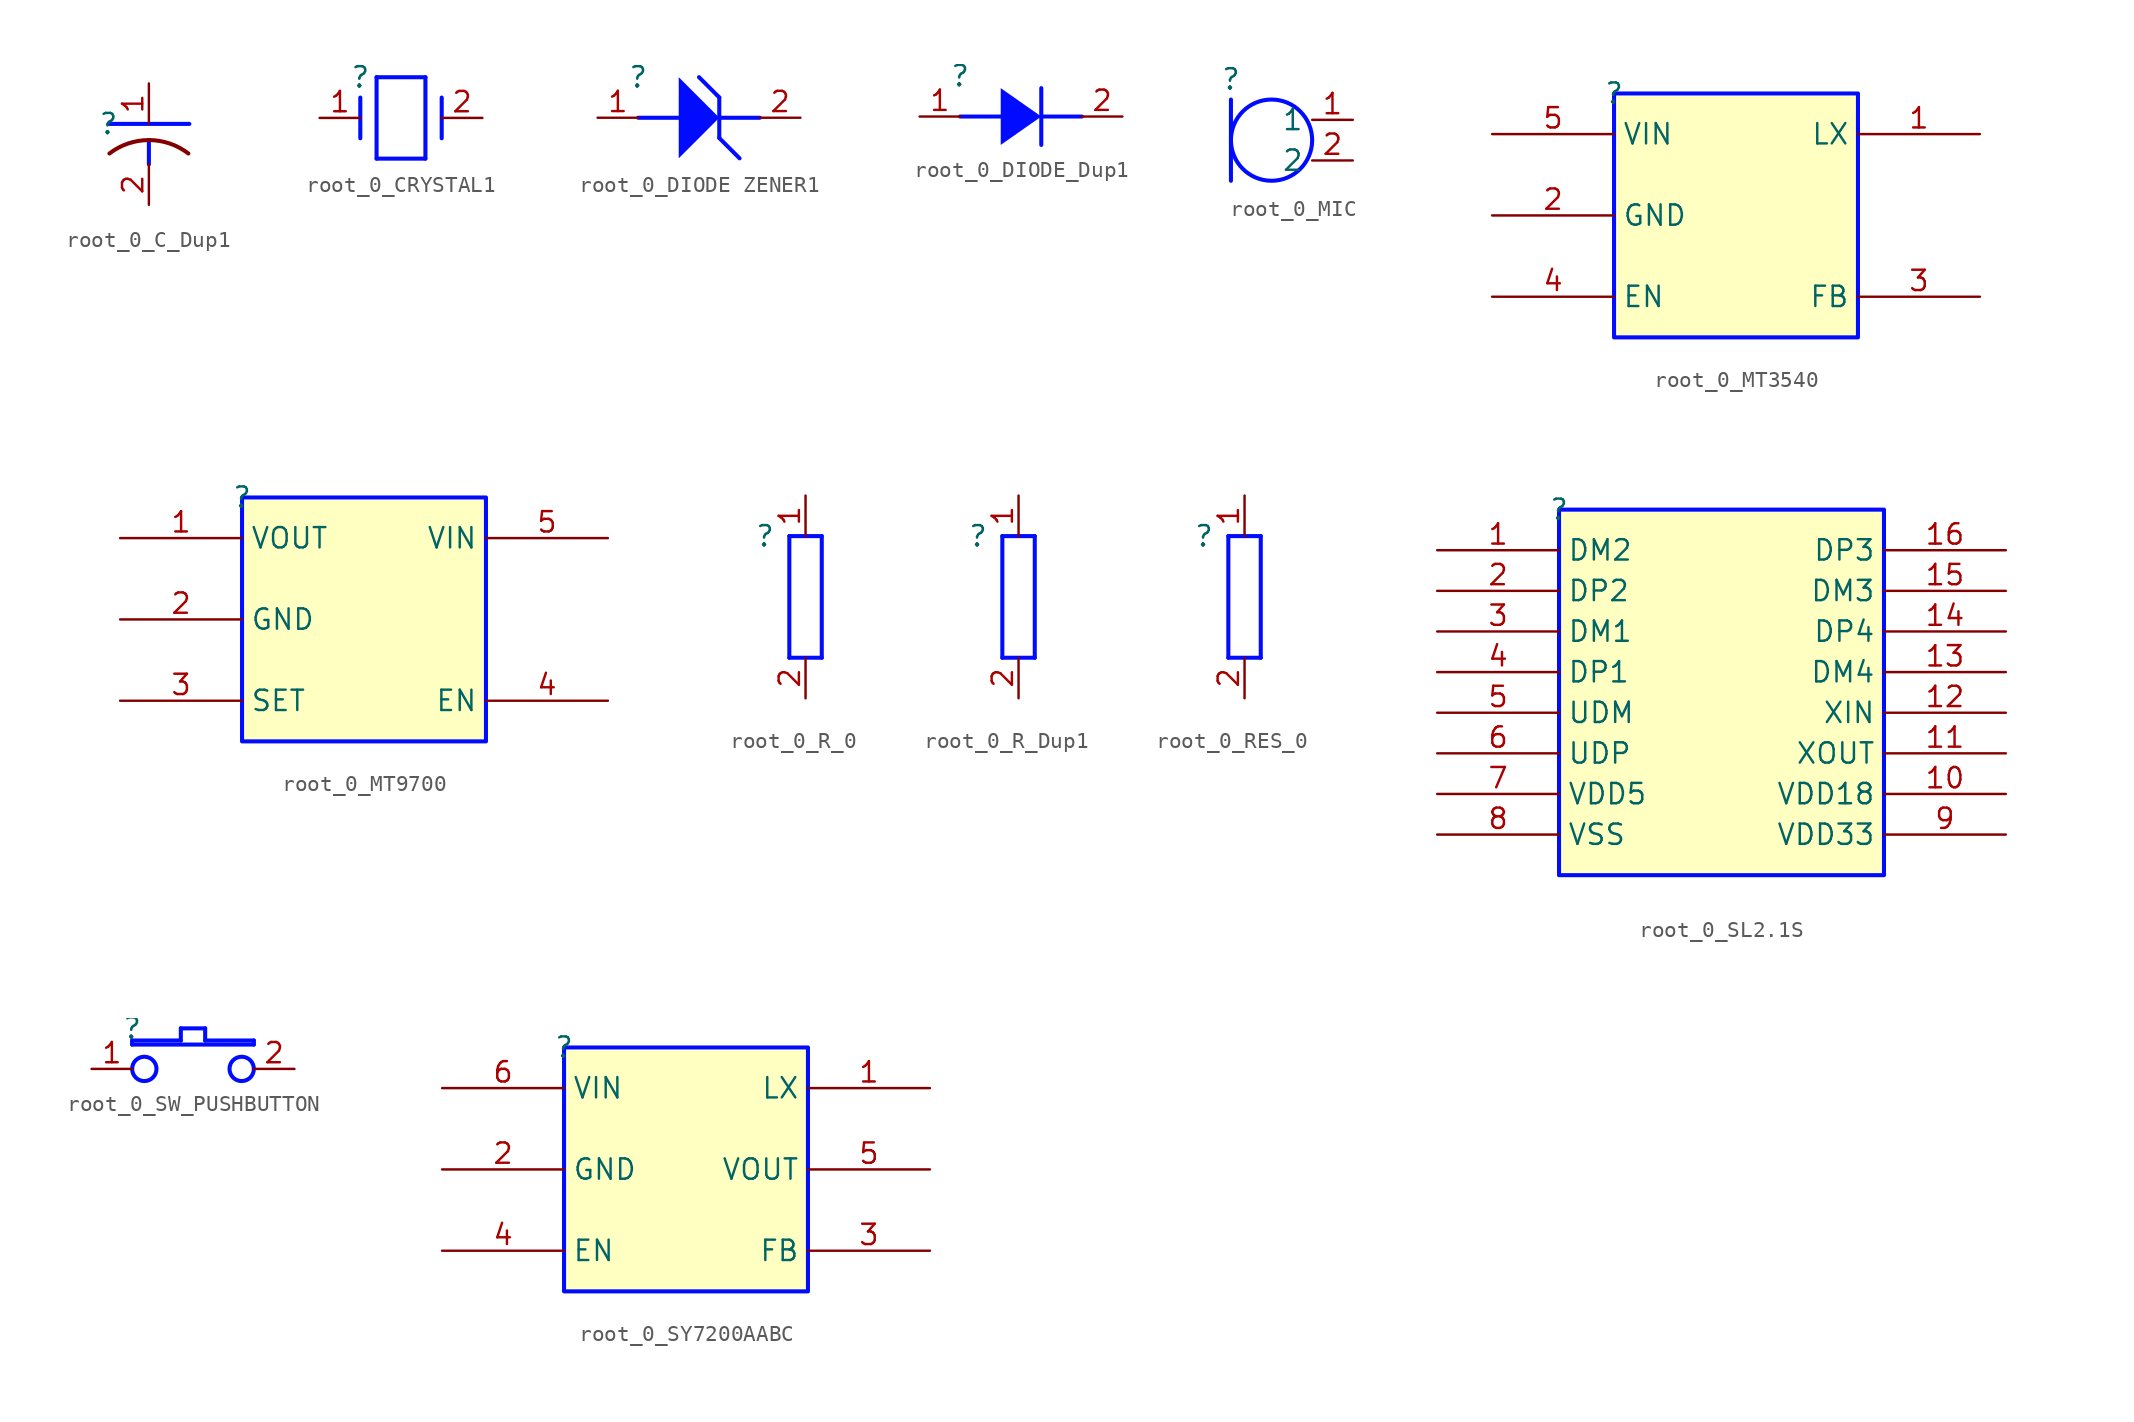
<source format=kicad_sym>
(kicad_symbol_lib
  (version 20231120)
  (generator "kicad_symbol_editor")
  (generator_version "8.0")
  (symbol "root_0_C_Dup1"
    (property "Reference" ""
      (at 0 0 0)
      (effects (font (size 1.27 1.27))))
    (property "Value" ""
      (at 0 0 0)
      (effects (font (size 1.27 1.27))))
    (symbol "root_0_C_Dup1_1_0"
      (polyline (pts (xy 0 0) (xy 5.08 0)) (stroke (width 0.254) (type solid) (color 0 11 255 1)) (fill (type none)))
      (polyline (pts (xy 2.54 -1.016) (xy 2.54 -2.54)) (stroke (width 0.254) (type solid) (color 0 11 255 1)) (fill (type none)))
      (arc (start 2.54 -1.016) (mid 1.2313 -1.2325) (end 0.0621 -1.8588) (stroke (width 0.254) (type solid)) (fill (type none)))
      (arc (start 5.0179 -1.8588) (mid 3.8487 -1.2325) (end 2.54 -1.016) (stroke (width 0.254) (type solid)) (fill (type none)))
      (pin passive line (at 2.54 2.54 270) (length 2.54) (name "1" (effects (font (size 0 0)))) (number "1" (effects (font (size 1.27 1.27)))))
      (pin passive line (at 2.54 -5.08 90) (length 2.54) (name "2" (effects (font (size 0 0)))) (number "2" (effects (font (size 1.27 1.27)))))))
  (symbol "root_0_CRYSTAL1"
    (property "Reference" ""
      (at 0 0 0)
      (effects (font (size 1.27 1.27))))
    (property "Value" ""
      (at 0 0 0)
      (effects (font (size 1.27 1.27))))
    (symbol "root_0_CRYSTAL1_1_0"
      (polyline (pts (xy 0 -1.27) (xy 0 -3.81)) (stroke (width 0.254) (type solid) (color 0 11 255 1)) (fill (type none)))
      (polyline (pts (xy 1.016 -5.08) (xy 4.064 -5.08)) (stroke (width 0.254) (type solid) (color 0 11 255 1)) (fill (type none)))
      (polyline (pts (xy 1.016 0) (xy 1.016 -5.08)) (stroke (width 0.254) (type solid) (color 0 11 255 1)) (fill (type none)))
      (polyline (pts (xy 4.064 -5.08) (xy 4.064 0)) (stroke (width 0.254) (type solid) (color 0 11 255 1)) (fill (type none)))
      (polyline (pts (xy 4.064 0) (xy 1.016 0)) (stroke (width 0.254) (type solid) (color 0 11 255 1)) (fill (type none)))
      (polyline (pts (xy 5.08 -1.27) (xy 5.08 -3.81)) (stroke (width 0.254) (type solid) (color 0 11 255 1)) (fill (type none)))
      (pin passive line (at -2.54 -2.54 0) (length 2.54) (name "1" (effects (font (size 0 0)))) (number "1" (effects (font (size 1.27 1.27)))))
      (pin passive line (at 7.62 -2.54 180) (length 2.54) (name "2" (effects (font (size 0 0)))) (number "2" (effects (font (size 1.27 1.27)))))))
  (symbol "root_0_DIODE ZENER1"
    (property "Reference" ""
      (at 0 0 0)
      (effects (font (size 1.27 1.27))))
    (property "Value" ""
      (at 0 0 0)
      (effects (font (size 1.27 1.27))))
    (symbol "root_0_DIODE ZENER1_1_0"
      (polyline (pts (xy 0 -2.54) (xy 2.54 -2.54)) (stroke (width 0.254) (type solid) (color 0 11 255 1)) (fill (type none)))
      (polyline (pts (xy 3.81 0) (xy 5.08 -1.27)) (stroke (width 0.254) (type solid) (color 0 11 255 1)) (fill (type none)))
      (polyline (pts (xy 5.08 -3.81) (xy 6.35 -5.08)) (stroke (width 0.254) (type solid) (color 0 11 255 1)) (fill (type none)))
      (polyline (pts (xy 5.08 -2.54) (xy 7.62 -2.54)) (stroke (width 0.254) (type solid) (color 0 11 255 1)) (fill (type none)))
      (polyline (pts (xy 5.08 -1.27) (xy 5.08 -3.81)) (stroke (width 0.254) (type solid) (color 0 11 255 1)) (fill (type none)))
      (polyline (pts (xy 2.54 0) (xy 2.54 -5.08) (xy 5.08 -2.54) (xy 2.54 0) (xy 2.54 0)) (stroke (width -0.0001) (type solid) (color 0 11 255 1)) (fill (type outline)))
      (pin passive line (at -2.54 -2.54 0) (length 2.54) (name "ANODE" (effects (font (size 0 0)))) (number "1" (effects (font (size 1.27 1.27)))))
      (pin passive line (at 10.16 -2.54 180) (length 2.54) (name "CATHODE" (effects (font (size 0 0)))) (number "2" (effects (font (size 1.27 1.27)))))))
  (symbol "root_0_DIODE_Dup1"
    (property "Reference" ""
      (at 0 0 0)
      (effects (font (size 1.27 1.27))))
    (property "Value" ""
      (at 0 0 0)
      (effects (font (size 1.27 1.27))))
    (symbol "root_0_DIODE_Dup1_1_0"
      (polyline (pts (xy 0 -2.54) (xy 2.54 -2.54)) (stroke (width 0.254) (type solid) (color 0 11 255 1)) (fill (type none)))
      (polyline (pts (xy 5.08 -2.54) (xy 7.62 -2.54)) (stroke (width 0.254) (type solid) (color 0 11 255 1)) (fill (type none)))
      (polyline (pts (xy 5.08 -0.762) (xy 5.08 -4.318)) (stroke (width 0.254) (type solid) (color 0 11 255 1)) (fill (type none)))
      (polyline (pts (xy 5.08 -2.54) (xy 5.08 -2.54) (xy 2.54 -4.318) (xy 2.54 -0.762) (xy 5.08 -2.54) (xy 5.08 -2.54)) (stroke (width -0.0001) (type solid) (color 0 11 255 1)) (fill (type outline)))
      (pin passive line (at -2.54 -2.54 0) (length 2.54) (name "A" (effects (font (size 0 0)))) (number "1" (effects (font (size 1.27 1.27)))))
      (pin passive line (at 10.16 -2.54 180) (length 2.54) (name "K" (effects (font (size 0 0)))) (number "2" (effects (font (size 1.27 1.27)))))))
  (symbol "root_0_MIC"
    (property "Reference" ""
      (at 0 0 0)
      (effects (font (size 1.27 1.27))))
    (property "Value" ""
      (at 0 0 0)
      (effects (font (size 1.27 1.27))))
    (symbol "root_0_MIC_1_0"
      (polyline (pts (xy 0 -1.27) (xy 0 -6.35)) (stroke (width 0.254) (type solid) (color 0 11 255 1)) (fill (type none)))
      (circle (center 2.54 -3.81) (radius 2.54) (stroke (width 0.254) (type solid) (color 0 11 255 1)) (fill (type none)))
      (pin passive line (at 7.62 -2.54 180) (length 2.54) (name "1" (effects (font (size 1.27 1.27)))) (number "1" (effects (font (size 1.27 1.27)))))
      (pin passive line (at 7.62 -5.08 180) (length 2.54) (name "2" (effects (font (size 1.27 1.27)))) (number "2" (effects (font (size 1.27 1.27)))))))
  (symbol "root_0_MT3540"
    (property "Reference" ""
      (at 0 0 0)
      (effects (font (size 1.27 1.27))))
    (property "Value" ""
      (at 0 0 0)
      (effects (font (size 1.27 1.27))))
    (symbol "root_0_MT3540_1_0"
      (rectangle (start 15.24 0) (end 0 -15.24) (stroke (width 0.254) (type solid) (color 0 11 255 1)) (fill (type background)))
      (pin passive line (at 22.86 -2.54 180) (length 7.62) (name "LX" (effects (font (size 1.27 1.27)))) (number "1" (effects (font (size 1.27 1.27)))))
      (pin passive line (at -7.62 -7.62 0) (length 7.62) (name "GND" (effects (font (size 1.27 1.27)))) (number "2" (effects (font (size 1.27 1.27)))))
      (pin passive line (at 22.86 -12.7 180) (length 7.62) (name "FB" (effects (font (size 1.27 1.27)))) (number "3" (effects (font (size 1.27 1.27)))))
      (pin passive line (at -7.62 -12.7 0) (length 7.62) (name "EN" (effects (font (size 1.27 1.27)))) (number "4" (effects (font (size 1.27 1.27)))))
      (pin passive line (at -7.62 -2.54 0) (length 7.62) (name "VIN" (effects (font (size 1.27 1.27)))) (number "5" (effects (font (size 1.27 1.27)))))))
  (symbol "root_0_MT9700"
    (property "Reference" ""
      (at 0 0 0)
      (effects (font (size 1.27 1.27))))
    (property "Value" ""
      (at 0 0 0)
      (effects (font (size 1.27 1.27))))
    (symbol "root_0_MT9700_1_0"
      (rectangle (start 15.24 0) (end 0 -15.24) (stroke (width 0.254) (type solid) (color 0 11 255 1)) (fill (type background)))
      (pin passive line (at -7.62 -2.54 0) (length 7.62) (name "VOUT" (effects (font (size 1.27 1.27)))) (number "1" (effects (font (size 1.27 1.27)))))
      (pin passive line (at -7.62 -7.62 0) (length 7.62) (name "GND" (effects (font (size 1.27 1.27)))) (number "2" (effects (font (size 1.27 1.27)))))
      (pin passive line (at -7.62 -12.7 0) (length 7.62) (name "SET" (effects (font (size 1.27 1.27)))) (number "3" (effects (font (size 1.27 1.27)))))
      (pin passive line (at 22.86 -12.7 180) (length 7.62) (name "EN" (effects (font (size 1.27 1.27)))) (number "4" (effects (font (size 1.27 1.27)))))
      (pin passive line (at 22.86 -2.54 180) (length 7.62) (name "VIN" (effects (font (size 1.27 1.27)))) (number "5" (effects (font (size 1.27 1.27)))))))
  (symbol "root_0_R_0"
    (property "Reference" ""
      (at 0 0 0)
      (effects (font (size 1.27 1.27))))
    (property "Value" ""
      (at 0 0 0)
      (effects (font (size 1.27 1.27))))
    (symbol "root_0_R_0_1_0"
      (polyline (pts (xy 1.524 -7.62) (xy 1.524 0)) (stroke (width 0.254) (type solid) (color 0 11 255 1)) (fill (type none)))
      (polyline (pts (xy 1.524 0) (xy 2.54 0)) (stroke (width 0.254) (type solid) (color 0 11 255 1)) (fill (type none)))
      (polyline (pts (xy 2.54 0) (xy 3.556 0)) (stroke (width 0.254) (type solid) (color 0 11 255 1)) (fill (type none)))
      (polyline (pts (xy 3.556 -7.62) (xy 1.524 -7.62)) (stroke (width 0.254) (type solid) (color 0 11 255 1)) (fill (type none)))
      (polyline (pts (xy 3.556 0) (xy 3.556 -7.62)) (stroke (width 0.254) (type solid) (color 0 11 255 1)) (fill (type none)))
      (pin passive line (at 2.54 2.54 270) (length 2.54) (name "1" (effects (font (size 0 0)))) (number "1" (effects (font (size 1.27 1.27)))))
      (pin passive line (at 2.54 -10.16 90) (length 2.54) (name "2" (effects (font (size 0 0)))) (number "2" (effects (font (size 1.27 1.27)))))))
  (symbol "root_0_R_Dup1"
    (property "Reference" ""
      (at 0 0 0)
      (effects (font (size 1.27 1.27))))
    (property "Value" ""
      (at 0 0 0)
      (effects (font (size 1.27 1.27))))
    (symbol "root_0_R_Dup1_1_0"
      (polyline (pts (xy 1.524 -7.62) (xy 1.524 0)) (stroke (width 0.254) (type solid) (color 0 11 255 1)) (fill (type none)))
      (polyline (pts (xy 1.524 0) (xy 2.54 0)) (stroke (width 0.254) (type solid) (color 0 11 255 1)) (fill (type none)))
      (polyline (pts (xy 2.54 0) (xy 3.556 0)) (stroke (width 0.254) (type solid) (color 0 11 255 1)) (fill (type none)))
      (polyline (pts (xy 3.556 -7.62) (xy 1.524 -7.62)) (stroke (width 0.254) (type solid) (color 0 11 255 1)) (fill (type none)))
      (polyline (pts (xy 3.556 0) (xy 3.556 -7.62)) (stroke (width 0.254) (type solid) (color 0 11 255 1)) (fill (type none)))
      (pin passive line (at 2.54 2.54 270) (length 2.54) (name "1" (effects (font (size 0 0)))) (number "1" (effects (font (size 1.27 1.27)))))
      (pin passive line (at 2.54 -10.16 90) (length 2.54) (name "2" (effects (font (size 0 0)))) (number "2" (effects (font (size 1.27 1.27)))))))
  (symbol "root_0_RES_0"
    (property "Reference" ""
      (at 0 0 0)
      (effects (font (size 1.27 1.27))))
    (property "Value" ""
      (at 0 0 0)
      (effects (font (size 1.27 1.27))))
    (symbol "root_0_RES_0_1_0"
      (polyline (pts (xy 1.524 -7.62) (xy 1.524 0)) (stroke (width 0.254) (type solid) (color 0 11 255 1)) (fill (type none)))
      (polyline (pts (xy 1.524 0) (xy 2.54 0)) (stroke (width 0.254) (type solid) (color 0 11 255 1)) (fill (type none)))
      (polyline (pts (xy 2.54 0) (xy 3.556 0)) (stroke (width 0.254) (type solid) (color 0 11 255 1)) (fill (type none)))
      (polyline (pts (xy 3.556 -7.62) (xy 1.524 -7.62)) (stroke (width 0.254) (type solid) (color 0 11 255 1)) (fill (type none)))
      (polyline (pts (xy 3.556 0) (xy 3.556 -7.62)) (stroke (width 0.254) (type solid) (color 0 11 255 1)) (fill (type none)))
      (pin passive line (at 2.54 2.54 270) (length 2.54) (name "1" (effects (font (size 0 0)))) (number "1" (effects (font (size 1.27 1.27)))))
      (pin passive line (at 2.54 -10.16 90) (length 2.54) (name "2" (effects (font (size 0 0)))) (number "2" (effects (font (size 1.27 1.27)))))))
  (symbol "root_0_SL2.1S"
    (property "Reference" ""
      (at 0 0 0)
      (effects (font (size 1.27 1.27))))
    (property "Value" ""
      (at 0 0 0)
      (effects (font (size 1.27 1.27))))
    (symbol "root_0_SL2.1S_1_0"
      (rectangle (start 20.32 0) (end 0 -22.86) (stroke (width 0.254) (type solid) (color 0 11 255 1)) (fill (type background)))
      (pin passive line (at -7.62 -2.54 0) (length 7.62) (name "DM2" (effects (font (size 1.27 1.27)))) (number "1" (effects (font (size 1.27 1.27)))))
      (pin passive line (at 27.94 -17.78 180) (length 7.62) (name "VDD18" (effects (font (size 1.27 1.27)))) (number "10" (effects (font (size 1.27 1.27)))))
      (pin passive line (at 27.94 -15.24 180) (length 7.62) (name "XOUT" (effects (font (size 1.27 1.27)))) (number "11" (effects (font (size 1.27 1.27)))))
      (pin passive line (at 27.94 -12.7 180) (length 7.62) (name "XIN" (effects (font (size 1.27 1.27)))) (number "12" (effects (font (size 1.27 1.27)))))
      (pin passive line (at 27.94 -10.16 180) (length 7.62) (name "DM4" (effects (font (size 1.27 1.27)))) (number "13" (effects (font (size 1.27 1.27)))))
      (pin passive line (at 27.94 -7.62 180) (length 7.62) (name "DP4" (effects (font (size 1.27 1.27)))) (number "14" (effects (font (size 1.27 1.27)))))
      (pin passive line (at 27.94 -5.08 180) (length 7.62) (name "DM3" (effects (font (size 1.27 1.27)))) (number "15" (effects (font (size 1.27 1.27)))))
      (pin passive line (at 27.94 -2.54 180) (length 7.62) (name "DP3" (effects (font (size 1.27 1.27)))) (number "16" (effects (font (size 1.27 1.27)))))
      (pin passive line (at -7.62 -5.08 0) (length 7.62) (name "DP2" (effects (font (size 1.27 1.27)))) (number "2" (effects (font (size 1.27 1.27)))))
      (pin passive line (at -7.62 -7.62 0) (length 7.62) (name "DM1" (effects (font (size 1.27 1.27)))) (number "3" (effects (font (size 1.27 1.27)))))
      (pin passive line (at -7.62 -10.16 0) (length 7.62) (name "DP1" (effects (font (size 1.27 1.27)))) (number "4" (effects (font (size 1.27 1.27)))))
      (pin passive line (at -7.62 -12.7 0) (length 7.62) (name "UDM" (effects (font (size 1.27 1.27)))) (number "5" (effects (font (size 1.27 1.27)))))
      (pin passive line (at -7.62 -15.24 0) (length 7.62) (name "UDP" (effects (font (size 1.27 1.27)))) (number "6" (effects (font (size 1.27 1.27)))))
      (pin passive line (at -7.62 -17.78 0) (length 7.62) (name "VDD5" (effects (font (size 1.27 1.27)))) (number "7" (effects (font (size 1.27 1.27)))))
      (pin passive line (at -7.62 -20.32 0) (length 7.62) (name "VSS" (effects (font (size 1.27 1.27)))) (number "8" (effects (font (size 1.27 1.27)))))
      (pin passive line (at 27.94 -20.32 180) (length 7.62) (name "VDD33" (effects (font (size 1.27 1.27)))) (number "9" (effects (font (size 1.27 1.27)))))))
  (symbol "root_0_SW_PUSHBUTTON"
    (property "Reference" ""
      (at 0 0 0)
      (effects (font (size 1.27 1.27))))
    (property "Value" ""
      (at 0 0 0)
      (effects (font (size 1.27 1.27))))
    (symbol "root_0_SW_PUSHBUTTON_1_0"
      (polyline (pts (xy 0 -1.016) (xy 7.62 -1.016)) (stroke (width 0.254) (type solid) (color 0 11 255 1)) (fill (type none)))
      (polyline (pts (xy 0 -0.762) (xy 0 -1.016)) (stroke (width 0.254) (type solid) (color 0 11 255 1)) (fill (type none)))
      (polyline (pts (xy 3.048 -0.762) (xy 0 -0.762)) (stroke (width 0.254) (type solid) (color 0 11 255 1)) (fill (type none)))
      (polyline (pts (xy 3.048 0) (xy 3.048 -0.762)) (stroke (width 0.254) (type solid) (color 0 11 255 1)) (fill (type none)))
      (polyline (pts (xy 4.572 -0.762) (xy 4.572 0)) (stroke (width 0.254) (type solid) (color 0 11 255 1)) (fill (type none)))
      (polyline (pts (xy 4.572 0) (xy 3.048 0)) (stroke (width 0.254) (type solid) (color 0 11 255 1)) (fill (type none)))
      (polyline (pts (xy 7.62 -1.016) (xy 7.62 -0.762)) (stroke (width 0.254) (type solid) (color 0 11 255 1)) (fill (type none)))
      (polyline (pts (xy 7.62 -0.762) (xy 4.572 -0.762)) (stroke (width 0.254) (type solid) (color 0 11 255 1)) (fill (type none)))
      (circle (center 0.762 -2.54) (radius 0.762) (stroke (width 0.254) (type solid) (color 0 11 255 1)) (fill (type none)))
      (circle (center 6.858 -2.54) (radius 0.762) (stroke (width 0.254) (type solid) (color 0 11 255 1)) (fill (type none)))
      (pin passive line (at -2.54 -2.54 0) (length 2.54) (name "1" (effects (font (size 0 0)))) (number "1" (effects (font (size 1.27 1.27)))))
      (pin passive line (at 10.16 -2.54 180) (length 2.54) (name "2" (effects (font (size 0 0)))) (number "2" (effects (font (size 1.27 1.27)))))))
  (symbol "root_0_SY7200AABC"
    (property "Reference" ""
      (at 0 0 0)
      (effects (font (size 1.27 1.27))))
    (property "Value" ""
      (at 0 0 0)
      (effects (font (size 1.27 1.27))))
    (symbol "root_0_SY7200AABC_1_0"
      (rectangle (start 15.24 0) (end 0 -15.24) (stroke (width 0.254) (type solid) (color 0 11 255 1)) (fill (type background)))
      (pin passive line (at 22.86 -2.54 180) (length 7.62) (name "LX" (effects (font (size 1.27 1.27)))) (number "1" (effects (font (size 1.27 1.27)))))
      (pin passive line (at -7.62 -7.62 0) (length 7.62) (name "GND" (effects (font (size 1.27 1.27)))) (number "2" (effects (font (size 1.27 1.27)))))
      (pin passive line (at 22.86 -12.7 180) (length 7.62) (name "FB" (effects (font (size 1.27 1.27)))) (number "3" (effects (font (size 1.27 1.27)))))
      (pin passive line (at -7.62 -12.7 0) (length 7.62) (name "EN" (effects (font (size 1.27 1.27)))) (number "4" (effects (font (size 1.27 1.27)))))
      (pin passive line (at 22.86 -7.62 180) (length 7.62) (name "VOUT" (effects (font (size 1.27 1.27)))) (number "5" (effects (font (size 1.27 1.27)))))
      (pin passive line (at -7.62 -2.54 0) (length 7.62) (name "VIN" (effects (font (size 1.27 1.27)))) (number "6" (effects (font (size 1.27 1.27))))))))
</source>
